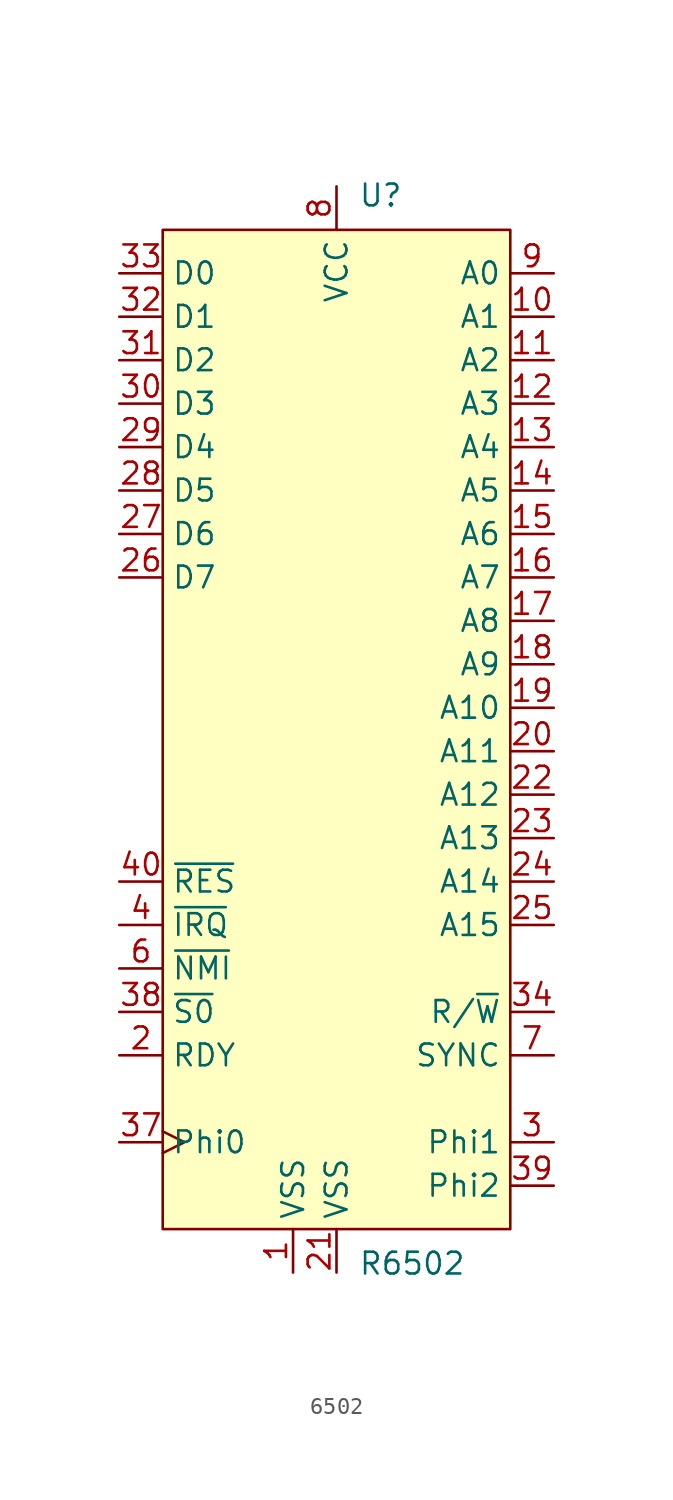
<source format=kicad_sym>
(kicad_symbol_lib
  (version 20231120)
  (generator "kicad_symbol_editor")
  (generator_version "8.0")
  (symbol "6502"
    (property "Reference" "U"
      (at 1.27 1.27 0)
      (do_not_autoplace)
      (effects (font (size 1.27 1.27)) (justify left bottom)))
    (property "Value" "R6502"
      (at 1.27 -59.69 0)
      (do_not_autoplace)
      (effects (font (size 1.27 1.27)) (justify left top)))
    (symbol "6502_0_0"
      (pin power_in line (at -2.54 -60.96 90) (length 2.54) (name "VSS" (effects (font (size 1.27 1.27)))) (number "1" (effects (font (size 1.27 1.27)))))
      (pin output line (at 12.7 -5.08 180) (length 2.54) (name "A1" (effects (font (size 1.27 1.27)))) (number "10" (effects (font (size 1.27 1.27)))))
      (pin output line (at 12.7 -7.62 180) (length 2.54) (name "A2" (effects (font (size 1.27 1.27)))) (number "11" (effects (font (size 1.27 1.27)))))
      (pin output line (at 12.7 -10.16 180) (length 2.54) (name "A3" (effects (font (size 1.27 1.27)))) (number "12" (effects (font (size 1.27 1.27)))))
      (pin output line (at 12.7 -12.7 180) (length 2.54) (name "A4" (effects (font (size 1.27 1.27)))) (number "13" (effects (font (size 1.27 1.27)))))
      (pin output line (at 12.7 -15.24 180) (length 2.54) (name "A5" (effects (font (size 1.27 1.27)))) (number "14" (effects (font (size 1.27 1.27)))))
      (pin output line (at 12.7 -17.78 180) (length 2.54) (name "A6" (effects (font (size 1.27 1.27)))) (number "15" (effects (font (size 1.27 1.27)))))
      (pin output line (at 12.7 -20.32 180) (length 2.54) (name "A7" (effects (font (size 1.27 1.27)))) (number "16" (effects (font (size 1.27 1.27)))))
      (pin output line (at 12.7 -22.86 180) (length 2.54) (name "A8" (effects (font (size 1.27 1.27)))) (number "17" (effects (font (size 1.27 1.27)))))
      (pin output line (at 12.7 -25.4 180) (length 2.54) (name "A9" (effects (font (size 1.27 1.27)))) (number "18" (effects (font (size 1.27 1.27)))))
      (pin output line (at 12.7 -27.94 180) (length 2.54) (name "A10" (effects (font (size 1.27 1.27)))) (number "19" (effects (font (size 1.27 1.27)))))
      (pin input line (at -12.7 -48.26 0) (length 2.54) (name "RDY" (effects (font (size 1.27 1.27)))) (number "2" (effects (font (size 1.27 1.27)))))
      (pin output line (at 12.7 -30.48 180) (length 2.54) (name "A11" (effects (font (size 1.27 1.27)))) (number "20" (effects (font (size 1.27 1.27)))))
      (pin power_in line (at 0 -60.96 90) (length 2.54) (name "VSS" (effects (font (size 1.27 1.27)))) (number "21" (effects (font (size 1.27 1.27)))))
      (pin output line (at 12.7 -33.02 180) (length 2.54) (name "A12" (effects (font (size 1.27 1.27)))) (number "22" (effects (font (size 1.27 1.27)))))
      (pin output line (at 12.7 -35.56 180) (length 2.54) (name "A13" (effects (font (size 1.27 1.27)))) (number "23" (effects (font (size 1.27 1.27)))))
      (pin output line (at 12.7 -38.1 180) (length 2.54) (name "A14" (effects (font (size 1.27 1.27)))) (number "24" (effects (font (size 1.27 1.27)))))
      (pin output line (at 12.7 -40.64 180) (length 2.54) (name "A15" (effects (font (size 1.27 1.27)))) (number "25" (effects (font (size 1.27 1.27)))))
      (pin bidirectional line (at -12.7 -20.32 0) (length 2.54) (name "D7" (effects (font (size 1.27 1.27)))) (number "26" (effects (font (size 1.27 1.27)))))
      (pin bidirectional line (at -12.7 -17.78 0) (length 2.54) (name "D6" (effects (font (size 1.27 1.27)))) (number "27" (effects (font (size 1.27 1.27)))))
      (pin bidirectional line (at -12.7 -15.24 0) (length 2.54) (name "D5" (effects (font (size 1.27 1.27)))) (number "28" (effects (font (size 1.27 1.27)))))
      (pin bidirectional line (at -12.7 -12.7 0) (length 2.54) (name "D4" (effects (font (size 1.27 1.27)))) (number "29" (effects (font (size 1.27 1.27)))))
      (pin output line (at 12.7 -53.34 180) (length 2.54) (name "Phi1" (effects (font (size 1.27 1.27)))) (number "3" (effects (font (size 1.27 1.27)))))
      (pin bidirectional line (at -12.7 -10.16 0) (length 2.54) (name "D3" (effects (font (size 1.27 1.27)))) (number "30" (effects (font (size 1.27 1.27)))))
      (pin bidirectional line (at -12.7 -7.62 0) (length 2.54) (name "D2" (effects (font (size 1.27 1.27)))) (number "31" (effects (font (size 1.27 1.27)))))
      (pin bidirectional line (at -12.7 -5.08 0) (length 2.54) (name "D1" (effects (font (size 1.27 1.27)))) (number "32" (effects (font (size 1.27 1.27)))))
      (pin bidirectional line (at -12.7 -2.54 0) (length 2.54) (name "D0" (effects (font (size 1.27 1.27)))) (number "33" (effects (font (size 1.27 1.27)))))
      (pin output line (at 12.7 -45.72 180) (length 2.54) (name "R/~{W}" (effects (font (size 1.27 1.27)))) (number "34" (effects (font (size 1.27 1.27)))))
      (pin input line (at -12.7 -45.72 0) (length 2.54) (name "~{S0}" (effects (font (size 1.27 1.27)))) (number "38" (effects (font (size 1.27 1.27)))))
      (pin input line (at -12.7 -40.64 0) (length 2.54) (name "~{IRQ}" (effects (font (size 1.27 1.27)))) (number "4" (effects (font (size 1.27 1.27)))))
      (pin input line (at -12.7 -38.1 0) (length 2.54) (name "~{RES}" (effects (font (size 1.27 1.27)))) (number "40" (effects (font (size 1.27 1.27)))))
      (pin input line (at -12.7 -43.18 0) (length 2.54) (name "~{NMI}" (effects (font (size 1.27 1.27)))) (number "6" (effects (font (size 1.27 1.27)))))
      (pin output line (at 12.7 -48.26 180) (length 2.54) (name "SYNC" (effects (font (size 1.27 1.27)))) (number "7" (effects (font (size 1.27 1.27)))))
      (pin power_in line (at 0 2.54 270) (length 2.54) (name "VCC" (effects (font (size 1.27 1.27)))) (number "8" (effects (font (size 1.27 1.27)))))
      (pin output line (at 12.7 -2.54 180) (length 2.54) (name "A0" (effects (font (size 1.27 1.27)))) (number "9" (effects (font (size 1.27 1.27))))))
    (symbol "6502_1_0"
      (pin no_connect line (at -12.7 -27.94 0) (length 2.54) hide (name "NC" (effects (font (size 1.27 1.27)))) (number "35" (effects (font (size 1.27 1.27)))))
      (pin no_connect line (at -12.7 -30.48 0) (length 2.54) hide (name "NC" (effects (font (size 1.27 1.27)))) (number "36" (effects (font (size 1.27 1.27)))))
      (pin input clock (at -12.7 -53.34 0) (length 2.54) (name "Phi0" (effects (font (size 1.27 1.27)))) (number "37" (effects (font (size 1.27 1.27)))))
      (pin output line (at 12.7 -55.88 180) (length 2.54) (name "Phi2" (effects (font (size 1.27 1.27)))) (number "39" (effects (font (size 1.27 1.27)))))
      (pin no_connect line (at -12.7 -25.4 0) (length 2.54) hide (name "NC" (effects (font (size 1.27 1.27)))) (number "5" (effects (font (size 1.27 1.27))))))
    (symbol "6502_1_1"
      (rectangle (start -10.16 0) (end 10.16 -58.42) (stroke (width 0) (type default)) (fill (type background))))))
</source>
